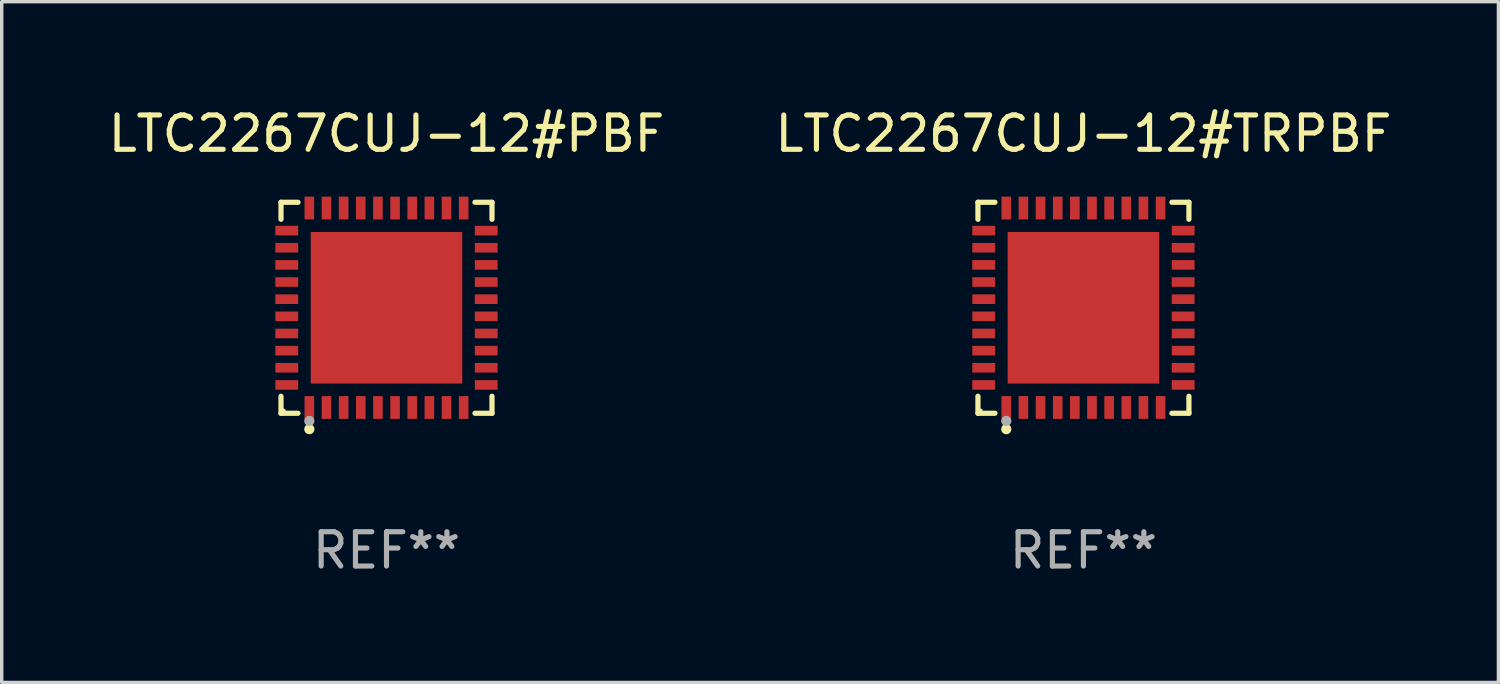
<source format=kicad_pcb>
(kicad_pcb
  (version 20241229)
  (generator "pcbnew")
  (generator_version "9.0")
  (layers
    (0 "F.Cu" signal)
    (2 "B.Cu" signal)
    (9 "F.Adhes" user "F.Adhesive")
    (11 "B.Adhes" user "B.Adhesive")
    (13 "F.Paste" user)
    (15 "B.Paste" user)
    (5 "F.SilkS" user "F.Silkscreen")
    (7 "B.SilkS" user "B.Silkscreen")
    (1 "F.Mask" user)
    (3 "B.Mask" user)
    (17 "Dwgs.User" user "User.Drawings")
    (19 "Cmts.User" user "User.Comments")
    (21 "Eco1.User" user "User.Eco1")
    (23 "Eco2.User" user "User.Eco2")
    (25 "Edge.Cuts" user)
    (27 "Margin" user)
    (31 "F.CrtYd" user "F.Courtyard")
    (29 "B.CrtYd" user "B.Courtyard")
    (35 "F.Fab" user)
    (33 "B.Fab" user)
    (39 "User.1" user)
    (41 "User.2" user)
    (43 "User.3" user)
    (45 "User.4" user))
  (footprint "LTC2267CUJ-12#TRPBF"
    (layer "F.Cu")
    (at 28.542 5.924)
    (property "Reference" "LTC2267CUJ-12#TRPBF" (at 0 -5.076 0) (layer "F.SilkS") (effects (font (size 1 1) (thickness 0.15))))
    (attr through_hole)
    (fp_line (start -3.076 -3.076) (end -2.58 -3.076) (stroke (width 0.152) (type solid)) (layer "F.SilkS"))
    (fp_line (start -3.076 -2.58) (end -3.076 -3.076) (stroke (width 0.152) (type solid)) (layer "F.SilkS"))
    (fp_line (start -3.076 2.58) (end -3.076 3.076) (stroke (width 0.152) (type solid)) (layer "F.SilkS"))
    (fp_line (start -3.076 3.076) (end -2.58 3.076) (stroke (width 0.152) (type solid)) (layer "F.SilkS"))
    (fp_line (start 3.076 -3.076) (end 2.58 -3.076) (stroke (width 0.152) (type solid)) (layer "F.SilkS"))
    (fp_line (start 3.076 -2.58) (end 3.076 -3.076) (stroke (width 0.152) (type solid)) (layer "F.SilkS"))
    (fp_line (start 3.076 2.58) (end 3.076 3.076) (stroke (width 0.152) (type solid)) (layer "F.SilkS"))
    (fp_line (start 3.076 3.076) (end 2.58 3.076) (stroke (width 0.152) (type solid)) (layer "F.SilkS"))
    (fp_circle (center -3 3) (end -2.97 3) (stroke (width 0.06) (type solid)) (fill no) (layer "F.SilkS"))
    (fp_circle (center -2.25 3.54) (end -2.175 3.54) (stroke (width 0.15) (type solid)) (fill no) (layer "F.SilkS"))
    (fp_circle (center -2.25 3.3) (end -2.175 3.3) (stroke (width 0.15) (type solid)) (fill no) (layer "F.Fab"))
    (fp_text user "REF**" (at 0 7.076 0) (layer "F.Fab") (effects (font (size 1 1) (thickness 0.15))))
    (pad "1" smd rect (at -2.25 2.908) (size 0.28 0.665) (layers "F.Cu" "F.Mask" "F.Paste"))
    (pad "2" smd rect (at -1.75 2.908) (size 0.28 0.665) (layers "F.Cu" "F.Mask" "F.Paste"))
    (pad "3" smd rect (at -1.25 2.908) (size 0.28 0.665) (layers "F.Cu" "F.Mask" "F.Paste"))
    (pad "4" smd rect (at -0.75 2.908) (size 0.28 0.665) (layers "F.Cu" "F.Mask" "F.Paste"))
    (pad "5" smd rect (at -0.25 2.908) (size 0.28 0.665) (layers "F.Cu" "F.Mask" "F.Paste"))
    (pad "6" smd rect (at 0.25 2.908) (size 0.28 0.665) (layers "F.Cu" "F.Mask" "F.Paste"))
    (pad "7" smd rect (at 0.75 2.908) (size 0.28 0.665) (layers "F.Cu" "F.Mask" "F.Paste"))
    (pad "8" smd rect (at 1.25 2.908) (size 0.28 0.665) (layers "F.Cu" "F.Mask" "F.Paste"))
    (pad "9" smd rect (at 1.75 2.908) (size 0.28 0.665) (layers "F.Cu" "F.Mask" "F.Paste"))
    (pad "10" smd rect (at 2.25 2.908) (size 0.28 0.665) (layers "F.Cu" "F.Mask" "F.Paste"))
    (pad "11" smd rect (at 2.908 2.25) (size 0.665 0.28) (layers "F.Cu" "F.Mask" "F.Paste"))
    (pad "12" smd rect (at 2.908 1.75) (size 0.665 0.28) (layers "F.Cu" "F.Mask" "F.Paste"))
    (pad "13" smd rect (at 2.908 1.25) (size 0.665 0.28) (layers "F.Cu" "F.Mask" "F.Paste"))
    (pad "14" smd rect (at 2.908 0.75) (size 0.665 0.28) (layers "F.Cu" "F.Mask" "F.Paste"))
    (pad "15" smd rect (at 2.908 0.25) (size 0.665 0.28) (layers "F.Cu" "F.Mask" "F.Paste"))
    (pad "16" smd rect (at 2.908 -0.25) (size 0.665 0.28) (layers "F.Cu" "F.Mask" "F.Paste"))
    (pad "17" smd rect (at 2.908 -0.75) (size 0.665 0.28) (layers "F.Cu" "F.Mask" "F.Paste"))
    (pad "18" smd rect (at 2.908 -1.25) (size 0.665 0.28) (layers "F.Cu" "F.Mask" "F.Paste"))
    (pad "19" smd rect (at 2.908 -1.75) (size 0.665 0.28) (layers "F.Cu" "F.Mask" "F.Paste"))
    (pad "20" smd rect (at 2.908 -2.25) (size 0.665 0.28) (layers "F.Cu" "F.Mask" "F.Paste"))
    (pad "21" smd rect (at 2.25 -2.908) (size 0.28 0.665) (layers "F.Cu" "F.Mask" "F.Paste"))
    (pad "22" smd rect (at 1.75 -2.908) (size 0.28 0.665) (layers "F.Cu" "F.Mask" "F.Paste"))
    (pad "23" smd rect (at 1.25 -2.908) (size 0.28 0.665) (layers "F.Cu" "F.Mask" "F.Paste"))
    (pad "24" smd rect (at 0.75 -2.908) (size 0.28 0.665) (layers "F.Cu" "F.Mask" "F.Paste"))
    (pad "25" smd rect (at 0.25 -2.908) (size 0.28 0.665) (layers "F.Cu" "F.Mask" "F.Paste"))
    (pad "26" smd rect (at -0.25 -2.908) (size 0.28 0.665) (layers "F.Cu" "F.Mask" "F.Paste"))
    (pad "27" smd rect (at -0.75 -2.908) (size 0.28 0.665) (layers "F.Cu" "F.Mask" "F.Paste"))
    (pad "28" smd rect (at -1.25 -2.908) (size 0.28 0.665) (layers "F.Cu" "F.Mask" "F.Paste"))
    (pad "29" smd rect (at -1.75 -2.908) (size 0.28 0.665) (layers "F.Cu" "F.Mask" "F.Paste"))
    (pad "30" smd rect (at -2.25 -2.908) (size 0.28 0.665) (layers "F.Cu" "F.Mask" "F.Paste"))
    (pad "31" smd rect (at -2.908 -2.25) (size 0.665 0.28) (layers "F.Cu" "F.Mask" "F.Paste"))
    (pad "32" smd rect (at -2.908 -1.75) (size 0.665 0.28) (layers "F.Cu" "F.Mask" "F.Paste"))
    (pad "33" smd rect (at -2.908 -1.25) (size 0.665 0.28) (layers "F.Cu" "F.Mask" "F.Paste"))
    (pad "34" smd rect (at -2.908 -0.75) (size 0.665 0.28) (layers "F.Cu" "F.Mask" "F.Paste"))
    (pad "35" smd rect (at -2.908 -0.25) (size 0.665 0.28) (layers "F.Cu" "F.Mask" "F.Paste"))
    (pad "36" smd rect (at -2.908 0.25) (size 0.665 0.28) (layers "F.Cu" "F.Mask" "F.Paste"))
    (pad "37" smd rect (at -2.908 0.75) (size 0.665 0.28) (layers "F.Cu" "F.Mask" "F.Paste"))
    (pad "38" smd rect (at -2.908 1.25) (size 0.665 0.28) (layers "F.Cu" "F.Mask" "F.Paste"))
    (pad "39" smd rect (at -2.908 1.75) (size 0.665 0.28) (layers "F.Cu" "F.Mask" "F.Paste"))
    (pad "40" smd rect (at -2.908 2.25) (size 0.665 0.28) (layers "F.Cu" "F.Mask" "F.Paste"))
    (pad "41" smd rect (at 0 0) (size 4.42 4.42) (layers "F.Cu" "F.Mask" "F.Paste")))
  (footprint "LTC2267CUJ-12#PBF"
    (layer "F.Cu")
    (at 8.22 5.924)
    (property "Reference" "LTC2267CUJ-12#PBF" (at 0 -5.076 0) (layer "F.SilkS") (effects (font (size 1 1) (thickness 0.15))))
    (attr through_hole)
    (fp_line (start -3.076 -3.076) (end -2.58 -3.076) (stroke (width 0.152) (type solid)) (layer "F.SilkS"))
    (fp_line (start -3.076 -2.58) (end -3.076 -3.076) (stroke (width 0.152) (type solid)) (layer "F.SilkS"))
    (fp_line (start -3.076 2.58) (end -3.076 3.076) (stroke (width 0.152) (type solid)) (layer "F.SilkS"))
    (fp_line (start -3.076 3.076) (end -2.58 3.076) (stroke (width 0.152) (type solid)) (layer "F.SilkS"))
    (fp_line (start 3.076 -3.076) (end 2.58 -3.076) (stroke (width 0.152) (type solid)) (layer "F.SilkS"))
    (fp_line (start 3.076 -2.58) (end 3.076 -3.076) (stroke (width 0.152) (type solid)) (layer "F.SilkS"))
    (fp_line (start 3.076 2.58) (end 3.076 3.076) (stroke (width 0.152) (type solid)) (layer "F.SilkS"))
    (fp_line (start 3.076 3.076) (end 2.58 3.076) (stroke (width 0.152) (type solid)) (layer "F.SilkS"))
    (fp_circle (center -3 3) (end -2.97 3) (stroke (width 0.06) (type solid)) (fill no) (layer "F.SilkS"))
    (fp_circle (center -2.25 3.54) (end -2.175 3.54) (stroke (width 0.15) (type solid)) (fill no) (layer "F.SilkS"))
    (fp_circle (center -2.25 3.3) (end -2.175 3.3) (stroke (width 0.15) (type solid)) (fill no) (layer "F.Fab"))
    (fp_text user "REF**" (at 0 7.076 0) (layer "F.Fab") (effects (font (size 1 1) (thickness 0.15))))
    (pad "1" smd rect (at -2.25 2.908) (size 0.28 0.665) (layers "F.Cu" "F.Mask" "F.Paste"))
    (pad "2" smd rect (at -1.75 2.908) (size 0.28 0.665) (layers "F.Cu" "F.Mask" "F.Paste"))
    (pad "3" smd rect (at -1.25 2.908) (size 0.28 0.665) (layers "F.Cu" "F.Mask" "F.Paste"))
    (pad "4" smd rect (at -0.75 2.908) (size 0.28 0.665) (layers "F.Cu" "F.Mask" "F.Paste"))
    (pad "5" smd rect (at -0.25 2.908) (size 0.28 0.665) (layers "F.Cu" "F.Mask" "F.Paste"))
    (pad "6" smd rect (at 0.25 2.908) (size 0.28 0.665) (layers "F.Cu" "F.Mask" "F.Paste"))
    (pad "7" smd rect (at 0.75 2.908) (size 0.28 0.665) (layers "F.Cu" "F.Mask" "F.Paste"))
    (pad "8" smd rect (at 1.25 2.908) (size 0.28 0.665) (layers "F.Cu" "F.Mask" "F.Paste"))
    (pad "9" smd rect (at 1.75 2.908) (size 0.28 0.665) (layers "F.Cu" "F.Mask" "F.Paste"))
    (pad "10" smd rect (at 2.25 2.908) (size 0.28 0.665) (layers "F.Cu" "F.Mask" "F.Paste"))
    (pad "11" smd rect (at 2.908 2.25) (size 0.665 0.28) (layers "F.Cu" "F.Mask" "F.Paste"))
    (pad "12" smd rect (at 2.908 1.75) (size 0.665 0.28) (layers "F.Cu" "F.Mask" "F.Paste"))
    (pad "13" smd rect (at 2.908 1.25) (size 0.665 0.28) (layers "F.Cu" "F.Mask" "F.Paste"))
    (pad "14" smd rect (at 2.908 0.75) (size 0.665 0.28) (layers "F.Cu" "F.Mask" "F.Paste"))
    (pad "15" smd rect (at 2.908 0.25) (size 0.665 0.28) (layers "F.Cu" "F.Mask" "F.Paste"))
    (pad "16" smd rect (at 2.908 -0.25) (size 0.665 0.28) (layers "F.Cu" "F.Mask" "F.Paste"))
    (pad "17" smd rect (at 2.908 -0.75) (size 0.665 0.28) (layers "F.Cu" "F.Mask" "F.Paste"))
    (pad "18" smd rect (at 2.908 -1.25) (size 0.665 0.28) (layers "F.Cu" "F.Mask" "F.Paste"))
    (pad "19" smd rect (at 2.908 -1.75) (size 0.665 0.28) (layers "F.Cu" "F.Mask" "F.Paste"))
    (pad "20" smd rect (at 2.908 -2.25) (size 0.665 0.28) (layers "F.Cu" "F.Mask" "F.Paste"))
    (pad "21" smd rect (at 2.25 -2.908) (size 0.28 0.665) (layers "F.Cu" "F.Mask" "F.Paste"))
    (pad "22" smd rect (at 1.75 -2.908) (size 0.28 0.665) (layers "F.Cu" "F.Mask" "F.Paste"))
    (pad "23" smd rect (at 1.25 -2.908) (size 0.28 0.665) (layers "F.Cu" "F.Mask" "F.Paste"))
    (pad "24" smd rect (at 0.75 -2.908) (size 0.28 0.665) (layers "F.Cu" "F.Mask" "F.Paste"))
    (pad "25" smd rect (at 0.25 -2.908) (size 0.28 0.665) (layers "F.Cu" "F.Mask" "F.Paste"))
    (pad "26" smd rect (at -0.25 -2.908) (size 0.28 0.665) (layers "F.Cu" "F.Mask" "F.Paste"))
    (pad "27" smd rect (at -0.75 -2.908) (size 0.28 0.665) (layers "F.Cu" "F.Mask" "F.Paste"))
    (pad "28" smd rect (at -1.25 -2.908) (size 0.28 0.665) (layers "F.Cu" "F.Mask" "F.Paste"))
    (pad "29" smd rect (at -1.75 -2.908) (size 0.28 0.665) (layers "F.Cu" "F.Mask" "F.Paste"))
    (pad "30" smd rect (at -2.25 -2.908) (size 0.28 0.665) (layers "F.Cu" "F.Mask" "F.Paste"))
    (pad "31" smd rect (at -2.908 -2.25) (size 0.665 0.28) (layers "F.Cu" "F.Mask" "F.Paste"))
    (pad "32" smd rect (at -2.908 -1.75) (size 0.665 0.28) (layers "F.Cu" "F.Mask" "F.Paste"))
    (pad "33" smd rect (at -2.908 -1.25) (size 0.665 0.28) (layers "F.Cu" "F.Mask" "F.Paste"))
    (pad "34" smd rect (at -2.908 -0.75) (size 0.665 0.28) (layers "F.Cu" "F.Mask" "F.Paste"))
    (pad "35" smd rect (at -2.908 -0.25) (size 0.665 0.28) (layers "F.Cu" "F.Mask" "F.Paste"))
    (pad "36" smd rect (at -2.908 0.25) (size 0.665 0.28) (layers "F.Cu" "F.Mask" "F.Paste"))
    (pad "37" smd rect (at -2.908 0.75) (size 0.665 0.28) (layers "F.Cu" "F.Mask" "F.Paste"))
    (pad "38" smd rect (at -2.908 1.25) (size 0.665 0.28) (layers "F.Cu" "F.Mask" "F.Paste"))
    (pad "39" smd rect (at -2.908 1.75) (size 0.665 0.28) (layers "F.Cu" "F.Mask" "F.Paste"))
    (pad "40" smd rect (at -2.908 2.25) (size 0.665 0.28) (layers "F.Cu" "F.Mask" "F.Paste"))
    (pad "41" smd rect (at 0 0) (size 4.42 4.42) (layers "F.Cu" "F.Mask" "F.Paste")))
  (gr_rect
    (start -3 -3)
    (end 40.643 16.849)
    (stroke (width 0.1) (type default))
    (fill no)
    (layer "Edge.Cuts")))
</source>
